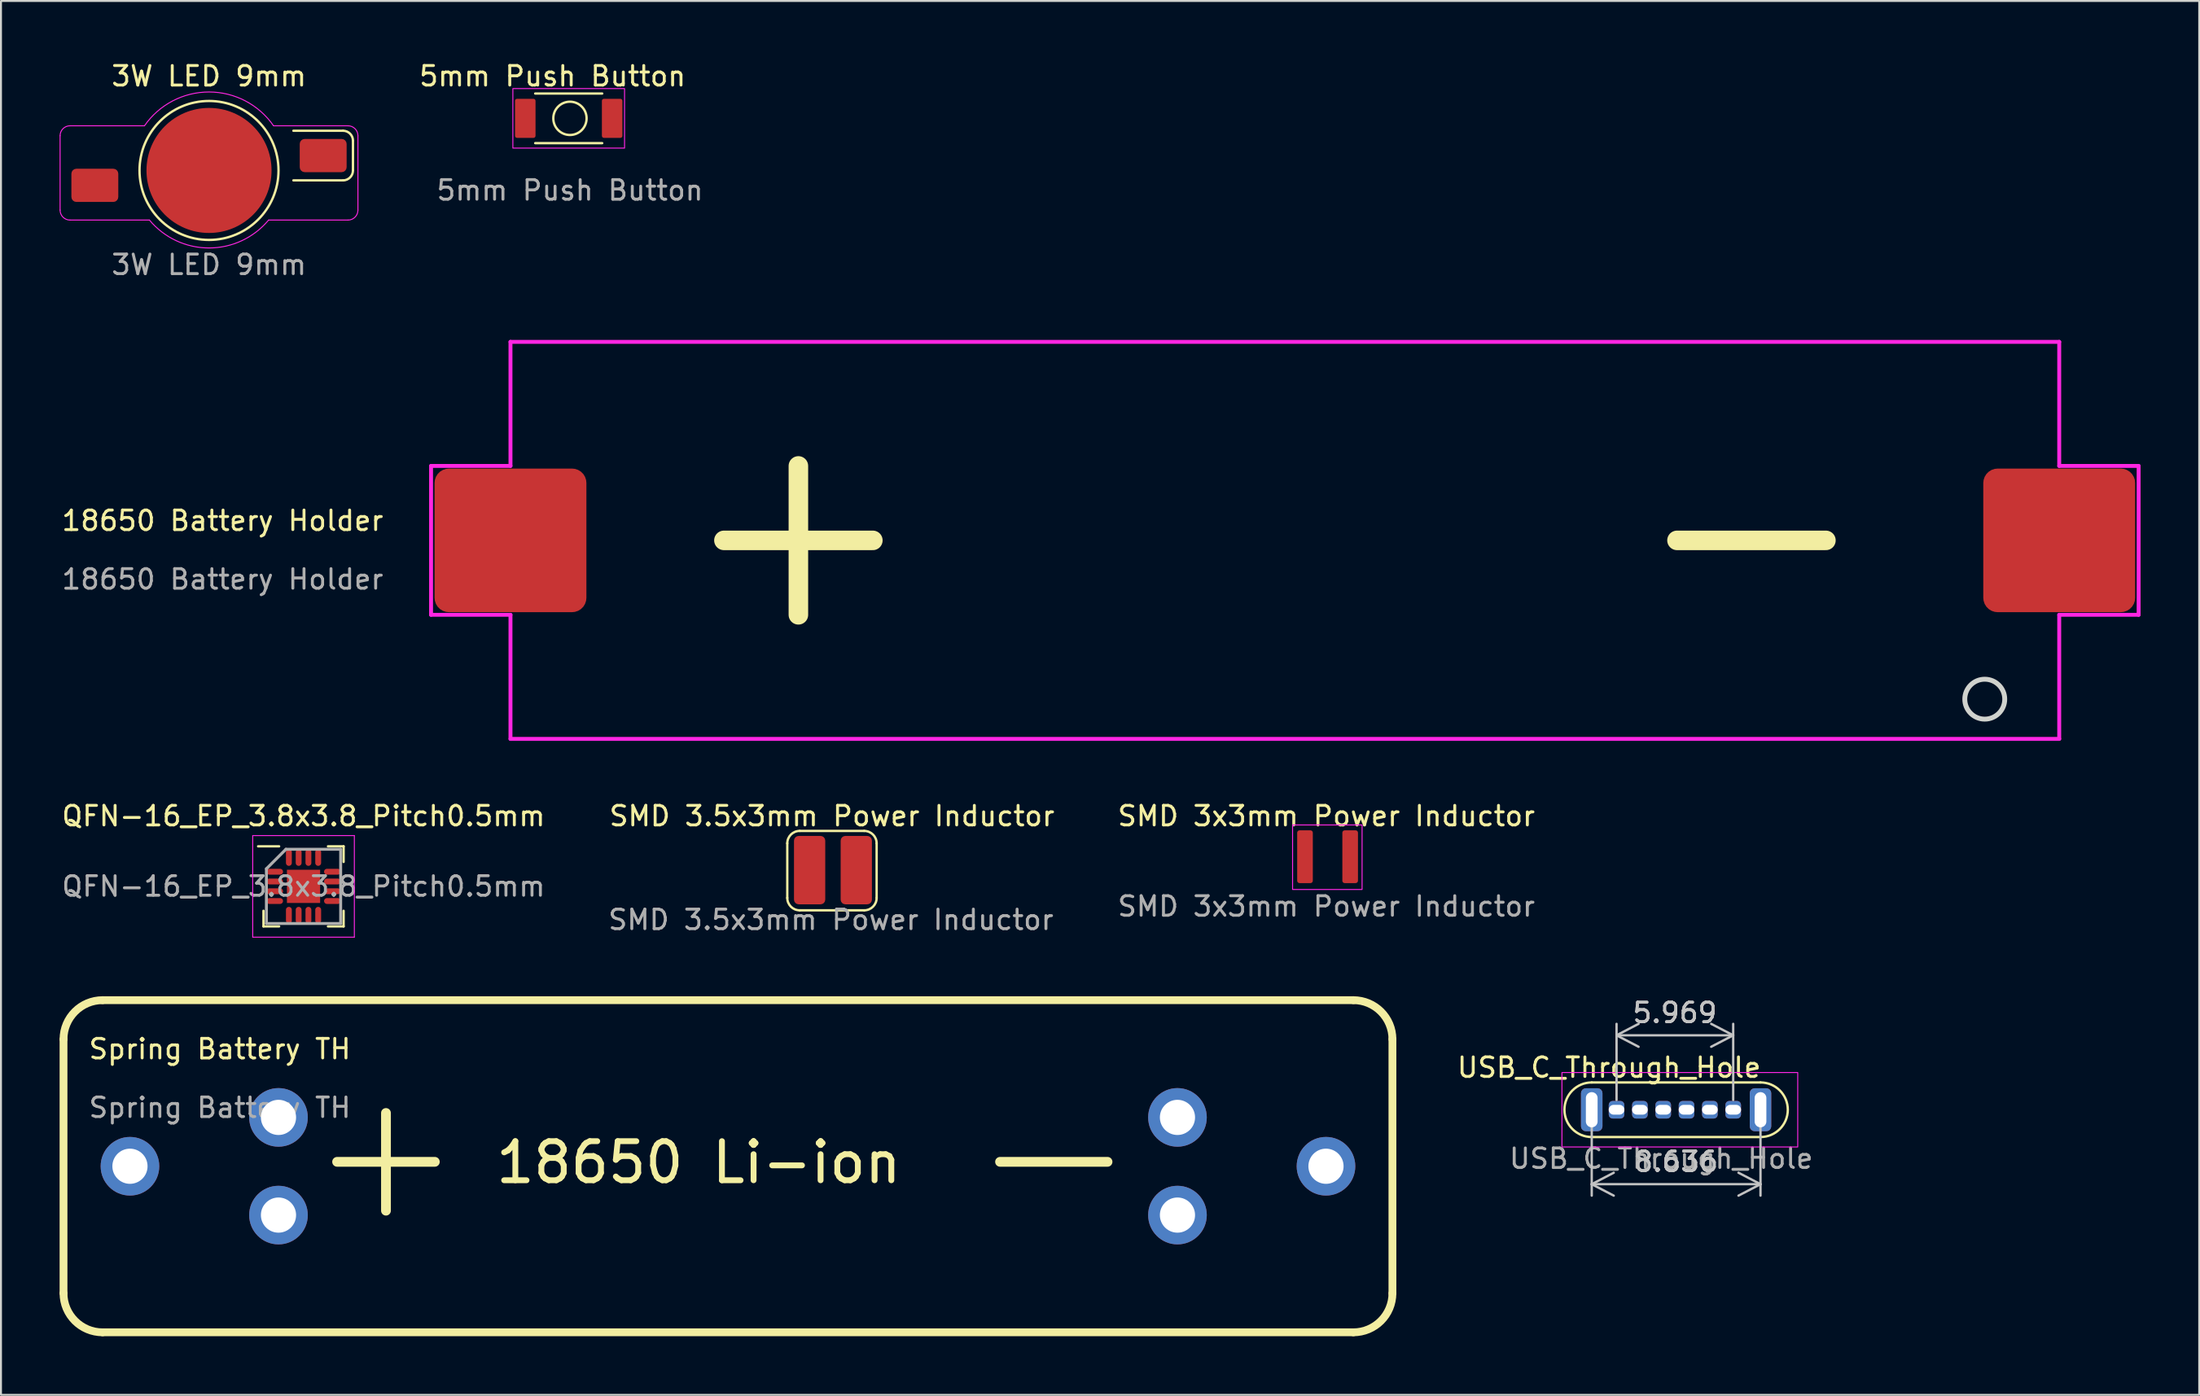
<source format=kicad_pcb>
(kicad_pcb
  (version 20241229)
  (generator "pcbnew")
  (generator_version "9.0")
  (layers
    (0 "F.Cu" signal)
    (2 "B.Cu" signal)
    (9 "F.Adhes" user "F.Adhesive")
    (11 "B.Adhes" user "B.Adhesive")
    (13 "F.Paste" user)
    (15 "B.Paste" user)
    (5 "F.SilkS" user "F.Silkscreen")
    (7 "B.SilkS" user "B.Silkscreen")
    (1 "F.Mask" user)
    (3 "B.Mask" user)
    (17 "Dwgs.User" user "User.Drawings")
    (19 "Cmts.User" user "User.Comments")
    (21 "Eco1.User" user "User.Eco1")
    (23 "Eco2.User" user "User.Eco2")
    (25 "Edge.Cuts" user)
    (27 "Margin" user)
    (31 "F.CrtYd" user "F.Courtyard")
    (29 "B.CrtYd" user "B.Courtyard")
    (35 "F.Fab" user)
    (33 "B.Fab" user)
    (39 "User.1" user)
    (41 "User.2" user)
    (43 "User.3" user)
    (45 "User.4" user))
  (footprint "SMD 3.5x3mm Power Inductor"
    (layer "F.Cu")
    (at 39.521 41.384)
    (property "Reference" "SMD 3.5x3mm Power Inductor" (at 0 -2.667 0) (unlocked yes) (layer "F.SilkS") (effects (font (size 1 1) (thickness 0.15))))
    (attr smd)
    (fp_line (start -2.286 1.524) (end -2.286 -1.27) (stroke (width 0.12) (type default)) (layer "F.SilkS"))
    (fp_line (start -1.651 -1.905) (end 1.651 -1.905) (stroke (width 0.12) (type default)) (layer "F.SilkS"))
    (fp_line (start 1.651 2.159) (end -1.651 2.159) (stroke (width 0.12) (type default)) (layer "F.SilkS"))
    (fp_line (start 2.286 -1.27) (end 2.286 1.524) (stroke (width 0.12) (type default)) (layer "F.SilkS"))
    (fp_arc (start -2.286 -1.27) (mid -2.100013 -1.719013) (end -1.651 -1.905) (stroke (width 0.12) (type default)) (layer "F.SilkS"))
    (fp_arc (start -1.651 2.159) (mid -2.100013 1.973013) (end -2.286 1.524) (stroke (width 0.12) (type default)) (layer "F.SilkS"))
    (fp_arc (start 1.651 -1.905) (mid 2.100013 -1.719013) (end 2.286 -1.27) (stroke (width 0.12) (type default)) (layer "F.SilkS"))
    (fp_arc (start 2.286 1.524) (mid 2.100013 1.973013) (end 1.651 2.159) (stroke (width 0.12) (type default)) (layer "F.SilkS"))
    (fp_text user "${REFERENCE}" (at -0.051 2.642 0) (unlocked yes) (layer "F.Fab") (effects (font (size 1 1) (thickness 0.15))))
    (pad "1" smd roundrect (at -1.143 0.102) (size 1.6 3.5) (layers "F.Cu" "F.Mask" "F.Paste") (roundrect_rratio 0.15))
    (pad "2" smd roundrect (at 1.245 0.102) (size 1.6 3.5) (layers "F.Cu" "F.Mask" "F.Paste") (roundrect_rratio 0.15)))
  (footprint "18650 Battery Holder"
    (layer "F.Cu")
    (at 23.071 24.608)
    (property "Reference" "18650 Battery Holder" (at -14.732 -1.008 0) (unlocked yes) (layer "F.SilkS") (effects (font (size 1 1) (thickness 0.15))))
    (attr smd)
    (fp_line (start 10.922 0) (end 18.542 0) (stroke (width 1) (type default)) (layer "F.SilkS"))
    (fp_line (start 14.732 -3.81) (end 14.732 3.81) (stroke (width 1) (type default)) (layer "F.SilkS"))
    (fp_line (start 59.69 0) (end 67.31 0) (stroke (width 1) (type default)) (layer "F.SilkS"))
    (fp_circle (center 75.438 8.128) (end 76.454 8.234) (stroke (width 0.25) (type solid)) (fill no) (layer "Edge.Cuts"))
    (fp_line (start -4.064 -3.81) (end 0 -3.81) (stroke (width 0.2) (type default)) (layer "F.CrtYd"))
    (fp_line (start -4.064 3.81) (end -4.064 -3.81) (stroke (width 0.2) (type default)) (layer "F.CrtYd"))
    (fp_line (start -4.064 3.81) (end 0 3.81) (stroke (width 0.2) (type default)) (layer "F.CrtYd"))
    (fp_line (start 0 -3.81) (end 0 -10.16) (stroke (width 0.2) (type default)) (layer "F.CrtYd"))
    (fp_line (start 0 3.81) (end 0 10.16) (stroke (width 0.2) (type default)) (layer "F.CrtYd"))
    (fp_line (start 0 10.16) (end 79.248 10.16) (stroke (width 0.2) (type default)) (layer "F.CrtYd"))
    (fp_line (start 79.248 -10.16) (end 0 -10.16) (stroke (width 0.2) (type default)) (layer "F.CrtYd"))
    (fp_line (start 79.248 -3.81) (end 79.248 -10.16) (stroke (width 0.2) (type default)) (layer "F.CrtYd"))
    (fp_line (start 79.248 3.81) (end 79.248 10.16) (stroke (width 0.2) (type default)) (layer "F.CrtYd"))
    (fp_line (start 83.312 -3.81) (end 79.248 -3.81) (stroke (width 0.2) (type default)) (layer "F.CrtYd"))
    (fp_line (start 83.312 3.81) (end 79.248 3.81) (stroke (width 0.2) (type default)) (layer "F.CrtYd"))
    (fp_line (start 83.312 3.81) (end 83.312 -3.81) (stroke (width 0.2) (type default)) (layer "F.CrtYd"))
    (fp_text user "${REFERENCE}" (at -14.732 1.992 0) (unlocked yes) (layer "F.Fab") (effects (font (size 1 1) (thickness 0.15))))
    (pad "1" smd roundrect (at 0 0) (size 7.77 7.35) (layers "F.Cu" "F.Mask" "F.Paste") (roundrect_rratio 0.1))
    (pad "2" smd roundrect (at 79.248 0) (size 7.77 7.35) (layers "F.Cu" "F.Mask" "F.Paste") (roundrect_rratio 0.1)))
  (footprint "3W LED 9mm"
    (layer "F.Cu")
    (at 7.645 5.674)
    (property "Reference" "3W LED 9mm" (at 0 -4.826 0) (unlocked yes) (layer "F.SilkS") (effects (font (size 1 1) (thickness 0.15))))
    (attr smd)
    (fp_line (start 4.318 -2.032) (end 6.858 -2.032) (stroke (width 0.12) (type default)) (layer "F.SilkS"))
    (fp_line (start 6.858 0.508) (end 4.318 0.508) (stroke (width 0.12) (type default)) (layer "F.SilkS"))
    (fp_line (start 7.366 -1.524) (end 7.366 0) (stroke (width 0.12) (type default)) (layer "F.SilkS"))
    (fp_arc (start 6.858 -2.032) (mid 7.21721 -1.88321) (end 7.366 -1.524) (stroke (width 0.12) (type default)) (layer "F.SilkS"))
    (fp_arc (start 7.366 0) (mid 7.21721 0.35921) (end 6.858 0.508) (stroke (width 0.12) (type default)) (layer "F.SilkS"))
    (fp_circle (center 0 0) (end 3.556 0) (stroke (width 0.12) (type default)) (fill no) (layer "F.SilkS"))
    (fp_line (start -7.62 2.032) (end -7.62 -1.778) (stroke (width 0.05) (type default)) (layer "F.CrtYd"))
    (fp_line (start -7.112 -2.286) (end -3.302 -2.286) (stroke (width 0.05) (type default)) (layer "F.CrtYd"))
    (fp_line (start -3.048 2.54) (end -7.112 2.54) (stroke (width 0.05) (type default)) (layer "F.CrtYd"))
    (fp_line (start 3.302 -2.286) (end 7.112 -2.286) (stroke (width 0.05) (type default)) (layer "F.CrtYd"))
    (fp_line (start 7.112 2.54) (end 3.048 2.54) (stroke (width 0.05) (type default)) (layer "F.CrtYd"))
    (fp_line (start 7.62 -1.778) (end 7.62 2.032) (stroke (width 0.05) (type default)) (layer "F.CrtYd"))
    (fp_arc (start -7.62 -1.778) (mid -7.47121 -2.13721) (end -7.112 -2.286) (stroke (width 0.05) (type default)) (layer "F.CrtYd"))
    (fp_arc (start -7.112 2.54) (mid -7.47121 2.39121) (end -7.62 2.032) (stroke (width 0.05) (type default)) (layer "F.CrtYd"))
    (fp_arc (start -3.302 -2.286) (mid 0 -4.016093) (end 3.302 -2.286) (stroke (width 0.05) (type default)) (layer "F.CrtYd"))
    (fp_arc (start 3.048 2.54) (mid 0 3.967607) (end -3.048 2.54) (stroke (width 0.05) (type default)) (layer "F.CrtYd"))
    (fp_arc (start 7.112 -2.286) (mid 7.47121 -2.13721) (end 7.62 -1.778) (stroke (width 0.05) (type default)) (layer "F.CrtYd"))
    (fp_arc (start 7.62 2.032) (mid 7.47121 2.39121) (end 7.112 2.54) (stroke (width 0.05) (type default)) (layer "F.CrtYd"))
    (fp_text user "${REFERENCE}" (at 0 4.826 0) (unlocked yes) (layer "F.Fab") (effects (font (size 1 1) (thickness 0.15))))
    (pad "1" smd roundrect (at -5.842 0.762) (size 2.4 1.7) (layers "F.Cu" "F.Mask" "F.Paste") (roundrect_rratio 0.15))
    (pad "2" smd roundrect (at 5.842 -0.762) (size 2.4 1.7) (layers "F.Cu" "F.Mask" "F.Paste") (roundrect_rratio 0.15))
    (pad "3" smd circle (at 0 0) (size 6.4 6.4) (layers "F.Cu" "F.Mask" "F.Paste")))
  (footprint "USB_C_Through_Hole"
    (layer "F.Cu")
    (at 81.954 53.75)
    (property "Reference" "USB_C_Through_Hole" (at -2.667 -2.159 0) (unlocked yes) (layer "F.SilkS") (effects (font (size 1 1) (thickness 0.15))))
    (attr smd)
    (fp_line (start -3.556 -1.397) (end 5.08 -1.397) (stroke (width 0.12) (type default)) (layer "F.SilkS"))
    (fp_line (start -3.556 1.397) (end 5.08 1.397) (stroke (width 0.12) (type default)) (layer "F.SilkS"))
    (fp_arc (start -3.556 1.397) (mid -4.953 0) (end -3.556 -1.397) (stroke (width 0.12) (type default)) (layer "F.SilkS"))
    (fp_arc (start 5.08 -1.397) (mid 6.477 0) (end 5.08 1.397) (stroke (width 0.12) (type default)) (layer "F.SilkS"))
    (fp_rect (start -5.08 -1.905) (end 6.985 1.905) (stroke (width 0.05) (type default)) (fill no) (layer "F.CrtYd"))
    (fp_text user "${REFERENCE}" (at 0 2.5 0) (unlocked yes) (layer "F.Fab") (effects (font (size 1 1) (thickness 0.15))))
    (dimension (type orthogonal) (layer "Dwgs.User") (pts (xy 79.668 53.75) (xy 85.637 53.75)) (height -3.81) (orientation 0) (format (prefix "") (suffix "") (units 3) (units_format 0) (precision 4) (suppress_zeroes yes)) (style (thickness 0.12) (arrow_length 1.27) (text_position_mode 0) (arrow_direction outward) (extension_height 0.586) (extension_offset 0.5) (keep_text_aligned yes)) (gr_text "5.969" (at 82.652 48.79 0) (layer "Dwgs.User") (effects (font (size 1 1) (thickness 0.15)))))
    (dimension (type orthogonal) (layer "Dwgs.User") (pts (xy 87.034 53.75) (xy 78.398 53.75)) (height 3.81) (orientation 0) (format (prefix "") (suffix "") (units 3) (units_format 0) (precision 4) (suppress_zeroes yes)) (style (thickness 0.12) (arrow_length 1.27) (text_position_mode 0) (arrow_direction outward) (extension_height 0.586) (extension_offset 0.5) (keep_text_aligned yes)) (gr_text "8.636" (at 82.716 56.41 0) (layer "Dwgs.User") (effects (font (size 1 1) (thickness 0.15)))))
    (pad "1" thru_hole roundrect (at -3.556 0) (size 1.1 2.2) (drill oval 0.6 1.8) (layers "*.Cu" "*.Mask") (roundrect_rratio 0.227))
    (pad "1" thru_hole roundrect (at 5.08 0) (size 1.1 2.2) (drill oval 0.6 1.8) (layers "*.Cu" "*.Mask") (roundrect_rratio 0.227))
    (pad "A1" thru_hole roundrect (at -2.286 0) (size 0.8 0.9) (drill oval 0.8 0.5) (layers "*.Cu" "*.Mask") (roundrect_rratio 0.25))
    (pad "A5" thru_hole roundrect (at 0.102 0) (size 0.8 0.9) (drill oval 0.8 0.5) (layers "*.Cu" "*.Mask") (roundrect_rratio 0.25))
    (pad "A9" thru_hole roundrect (at 2.489 0) (size 0.8 0.9) (drill oval 0.8 0.5) (layers "*.Cu" "*.Mask") (roundrect_rratio 0.25))
    (pad "A12" thru_hole roundrect (at 3.683 0) (size 0.8 0.9) (drill oval 0.8 0.5) (layers "*.Cu" "*.Mask") (roundrect_rratio 0.25))
    (pad "B5" thru_hole roundrect (at 1.295 0) (size 0.8 0.9) (drill oval 0.8 0.5) (layers "*.Cu" "*.Mask") (roundrect_rratio 0.25))
    (pad "B9" thru_hole roundrect (at -1.092 0) (size 0.8 0.9) (drill oval 0.8 0.5) (layers "*.Cu" "*.Mask") (roundrect_rratio 0.25)))
  (footprint "QFN-16_EP_3.8x3.8_Pitch0.5mm"
    (layer "F.Cu")
    (at 12.482 42.317)
    (property "Reference" "QFN-16_EP_3.8x3.8_Pitch0.5mm" (at 0 -3.6 0) (layer "F.SilkS") (effects (font (size 1 1) (thickness 0.15))))
    (attr smd)
    (fp_line (start -2.05 2.05) (end -2.05 1.25) (stroke (width 0.12) (type default)) (layer "F.SilkS"))
    (fp_line (start -1.25 -2.05) (end -2.325 -2.05) (stroke (width 0.12) (type default)) (layer "F.SilkS"))
    (fp_line (start -1.25 2.05) (end -2.05 2.05) (stroke (width 0.12) (type default)) (layer "F.SilkS"))
    (fp_line (start 1.25 -2.05) (end 2.05 -2.05) (stroke (width 0.12) (type default)) (layer "F.SilkS"))
    (fp_line (start 1.25 2.05) (end 2.05 2.05) (stroke (width 0.12) (type default)) (layer "F.SilkS"))
    (fp_line (start 2.05 -2.05) (end 2.05 -1.25) (stroke (width 0.12) (type default)) (layer "F.SilkS"))
    (fp_line (start 2.05 2.05) (end 2.05 1.25) (stroke (width 0.12) (type default)) (layer "F.SilkS"))
    (fp_line (start -2.6 -2.6) (end 2.6 -2.6) (stroke (width 0.05) (type default)) (layer "F.CrtYd"))
    (fp_line (start -2.6 2.6) (end -2.6 -2.6) (stroke (width 0.05) (type default)) (layer "F.CrtYd"))
    (fp_line (start 2.6 -2.6) (end 2.6 2.6) (stroke (width 0.05) (type default)) (layer "F.CrtYd"))
    (fp_line (start 2.6 2.6) (end -2.6 2.6) (stroke (width 0.05) (type default)) (layer "F.CrtYd"))
    (fp_line (start -1.9 -0.9) (end -1.9 1.9) (stroke (width 0.15) (type default)) (layer "F.Fab"))
    (fp_line (start -1.9 1.9) (end 1.9 1.9) (stroke (width 0.15) (type default)) (layer "F.Fab"))
    (fp_line (start -0.9 -1.9) (end -1.9 -0.9) (stroke (width 0.15) (type default)) (layer "F.Fab"))
    (fp_line (start 1.9 -1.9) (end -0.9 -1.9) (stroke (width 0.15) (type default)) (layer "F.Fab"))
    (fp_line (start 1.9 1.9) (end 1.9 -1.9) (stroke (width 0.15) (type default)) (layer "F.Fab"))
    (fp_text user "${REFERENCE}" (at 0 0 0) (layer "F.Fab") (effects (font (size 1 1) (thickness 0.15))))
    (pad "" smd rect (at -0.637 -0.637) (size 0.000001 0.000001) (layers "F.Paste"))
    (pad "" smd rect (at -0.637 -0.212) (size 0.000001 0.000001) (layers "F.Paste"))
    (pad "" smd rect (at -0.637 0.212) (size 0.000001 0.000001) (layers "F.Paste"))
    (pad "" smd rect (at -0.637 0.637) (size 0.000001 0.000001) (layers "F.Paste"))
    (pad "" smd rect (at -0.212 -0.637) (size 0.000001 0.000001) (layers "F.Paste"))
    (pad "" smd rect (at -0.212 -0.212) (size 0.000001 0.000001) (layers "F.Paste"))
    (pad "" smd rect (at -0.212 0.212) (size 0.000001 0.000001) (layers "F.Paste"))
    (pad "" smd rect (at -0.212 0.637) (size 0.000001 0.000001) (layers "F.Paste"))
    (pad "" smd rect (at 0 0) (size 1.7 1.7) (property pad_prop_heatsink) (layers "F.Cu" "F.Mask"))
    (pad "" smd rect (at 0.212 -0.637) (size 0.000001 0.000001) (layers "F.Paste"))
    (pad "" smd rect (at 0.212 -0.212) (size 0.000001 0.000001) (layers "F.Paste"))
    (pad "" smd rect (at 0.212 0.212) (size 0.000001 0.000001) (layers "F.Paste"))
    (pad "" smd rect (at 0.212 0.637) (size 0.000001 0.000001) (layers "F.Paste"))
    (pad "" smd rect (at 0.637 -0.637) (size 0.000001 0.000001) (layers "F.Paste"))
    (pad "" smd rect (at 0.637 -0.212) (size 0.000001 0.000001) (layers "F.Paste"))
    (pad "" smd rect (at 0.637 0.212) (size 0.000001 0.000001) (layers "F.Paste"))
    (pad "" smd rect (at 0.637 0.637) (size 0.000001 0.000001) (layers "F.Paste"))
    (pad "1" smd oval (at -0.75 -1.475) (size 0.3 0.85) (layers "F.Cu" "F.Mask" "F.Paste"))
    (pad "2" smd oval (at -0.25 -1.475) (size 0.3 0.85) (layers "F.Cu" "F.Mask" "F.Paste"))
    (pad "3" smd oval (at 0.25 -1.475) (size 0.3 0.85) (layers "F.Cu" "F.Mask" "F.Paste"))
    (pad "4" smd oval (at 0.75 -1.475) (size 0.3 0.85) (layers "F.Cu" "F.Mask" "F.Paste"))
    (pad "5" smd oval (at 1.475 -0.75 90) (size 0.3 0.85) (layers "F.Cu" "F.Mask" "F.Paste"))
    (pad "6" smd oval (at 1.475 -0.25 90) (size 0.3 0.85) (layers "F.Cu" "F.Mask" "F.Paste"))
    (pad "7" smd oval (at 1.475 0.25 90) (size 0.3 0.85) (layers "F.Cu" "F.Mask" "F.Paste"))
    (pad "8" smd oval (at 1.475 0.75 90) (size 0.3 0.85) (layers "F.Cu" "F.Mask" "F.Paste"))
    (pad "9" smd oval (at 0.75 1.475) (size 0.3 0.85) (layers "F.Cu" "F.Mask" "F.Paste"))
    (pad "10" smd oval (at 0.25 1.475) (size 0.3 0.85) (layers "F.Cu" "F.Mask" "F.Paste"))
    (pad "11" smd oval (at -0.25 1.475) (size 0.3 0.85) (layers "F.Cu" "F.Mask" "F.Paste"))
    (pad "12" smd oval (at -0.75 1.475) (size 0.3 0.85) (layers "F.Cu" "F.Mask" "F.Paste"))
    (pad "13" smd oval (at -1.475 0.75 90) (size 0.3 0.85) (layers "F.Cu" "F.Mask" "F.Paste"))
    (pad "14" smd oval (at -1.475 0.25 90) (size 0.3 0.85) (layers "F.Cu" "F.Mask" "F.Paste"))
    (pad "15" smd oval (at -1.475 -0.25 90) (size 0.3 0.85) (layers "F.Cu" "F.Mask" "F.Paste"))
    (pad "16" smd oval (at -1.475 -0.75 90) (size 0.3 0.85) (layers "F.Cu" "F.Mask" "F.Paste")))
  (footprint "SMD 3x3mm Power Inductor"
    (layer "F.Cu")
    (at 64.869 40.698)
    (property "Reference" "SMD 3x3mm Power Inductor" (at -0.051 -1.981 0) (unlocked yes) (layer "F.SilkS") (effects (font (size 1 1) (thickness 0.15))))
    (attr smd)
    (fp_rect (start -1.778 -1.524) (end 1.778 1.778) (stroke (width 0.05) (type default)) (fill no) (layer "F.CrtYd"))
    (fp_text user "${REFERENCE}" (at -0.051 2.642 0) (unlocked yes) (layer "F.Fab") (effects (font (size 1 1) (thickness 0.15))))
    (pad "1" smd roundrect (at -1.143 0.102) (size 0.8 2.7) (layers "F.Cu" "F.Mask" "F.Paste") (roundrect_rratio 0.15))
    (pad "2" smd roundrect (at 1.168 0.102) (size 0.8 2.7) (layers "F.Cu" "F.Mask" "F.Paste") (roundrect_rratio 0.15)))
  (footprint "Spring Battery TH"
    (layer "F.Cu")
    (at 8.2 51.142)
    (property "Reference" "Spring Battery TH" (at 0 -0.5 0) (unlocked yes) (layer "F.SilkS") (effects (font (size 1 1) (thickness 0.15))))
    (attr board_only exclude_from_pos_files exclude_from_bom)
    (fp_line (start -8 -1) (end -8 12) (stroke (width 0.4) (type default)) (layer "F.SilkS"))
    (fp_line (start -6 14) (end 58 14) (stroke (width 0.4) (type default)) (layer "F.SilkS"))
    (fp_line (start 6 5.274) (end 11 5.274) (stroke (width 0.5) (type default)) (layer "F.SilkS"))
    (fp_line (start 8.5 2.773) (end 8.5 7.774) (stroke (width 0.5) (type default)) (layer "F.SilkS"))
    (fp_line (start 39.922 5.274) (end 45.422 5.274) (stroke (width 0.5) (type default)) (layer "F.SilkS"))
    (fp_line (start 58 -3) (end -6 -3) (stroke (width 0.4) (type default)) (layer "F.SilkS"))
    (fp_line (start 60 12) (end 60 -1) (stroke (width 0.4) (type default)) (layer "F.SilkS"))
    (fp_arc (start -8 -1) (mid -7.414214 -2.414214) (end -6 -3) (stroke (width 0.4) (type default)) (layer "F.SilkS"))
    (fp_arc (start -6 14) (mid -7.414214 13.414214) (end -8 12) (stroke (width 0.4) (type default)) (layer "F.SilkS"))
    (fp_arc (start 58 -3) (mid 59.414214 -2.414214) (end 60 -1) (stroke (width 0.4) (type default)) (layer "F.SilkS"))
    (fp_arc (start 60 12) (mid 59.414214 13.414214) (end 58 14) (stroke (width 0.4) (type default)) (layer "F.SilkS"))
    (fp_text user "18650 Li-ion" (at 13.97 6.477 0) (unlocked yes) (layer "F.SilkS") (effects (font (size 2 2) (thickness 0.3)) (justify left bottom)))
    (fp_text user "${REFERENCE}" (at 0 2.5 0) (unlocked yes) (layer "F.Fab") (effects (font (size 1 1) (thickness 0.15))))
    (pad "1" thru_hole circle (at -4.6 5.5) (size 3 3) (drill 1.8) (layers "*.Cu" "*.Mask"))
    (pad "1" thru_hole circle (at 3 3) (size 3 3) (drill 1.8) (layers "*.Cu" "*.Mask"))
    (pad "1" thru_hole circle (at 3 8) (size 3 3) (drill 1.8) (layers "*.Cu" "*.Mask"))
    (pad "2" thru_hole circle (at 49 3 180) (size 3 3) (drill 1.8) (layers "*.Cu" "*.Mask"))
    (pad "2" thru_hole circle (at 49 8 180) (size 3 3) (drill 1.8) (layers "*.Cu" "*.Mask"))
    (pad "2" thru_hole circle (at 56.6 5.5 180) (size 3 3) (drill 1.8) (layers "*.Cu" "*.Mask")))
  (footprint "5mm Push Button"
    (layer "F.Cu")
    (at 26.114 3.007)
    (property "Reference" "5mm Push Button" (at -0.889 -2.159 0) (unlocked yes) (layer "F.SilkS") (effects (font (size 1 1) (thickness 0.15))))
    (attr smd)
    (fp_line (start -1.778 -1.27) (end 1.651 -1.27) (stroke (width 0.12) (type default)) (layer "F.SilkS"))
    (fp_line (start -1.778 1.27) (end 1.651 1.27) (stroke (width 0.12) (type default)) (layer "F.SilkS"))
    (fp_circle (center 0 0) (end 0.762 -0.381) (stroke (width 0.12) (type default)) (fill no) (layer "F.SilkS"))
    (fp_rect (start -2.921 -1.524) (end 2.794 1.524) (stroke (width 0.05) (type default)) (fill no) (layer "F.CrtYd"))
    (fp_text user "${REFERENCE}" (at 0 3.683 0) (unlocked yes) (layer "F.Fab") (effects (font (size 1 1) (thickness 0.15))))
    (pad "1" smd roundrect (at -2.286 0) (size 1.05 2) (layers "F.Cu" "F.Mask" "F.Paste") (roundrect_rratio 0.1))
    (pad "2" smd roundrect (at 2.159 0) (size 1.05 2) (layers "F.Cu" "F.Mask" "F.Paste") (roundrect_rratio 0.1)))
  (gr_rect
    (start -3 -3)
    (end 109.483 68.342)
    (stroke (width 0.1) (type default))
    (fill no)
    (layer "Edge.Cuts")))
</source>
